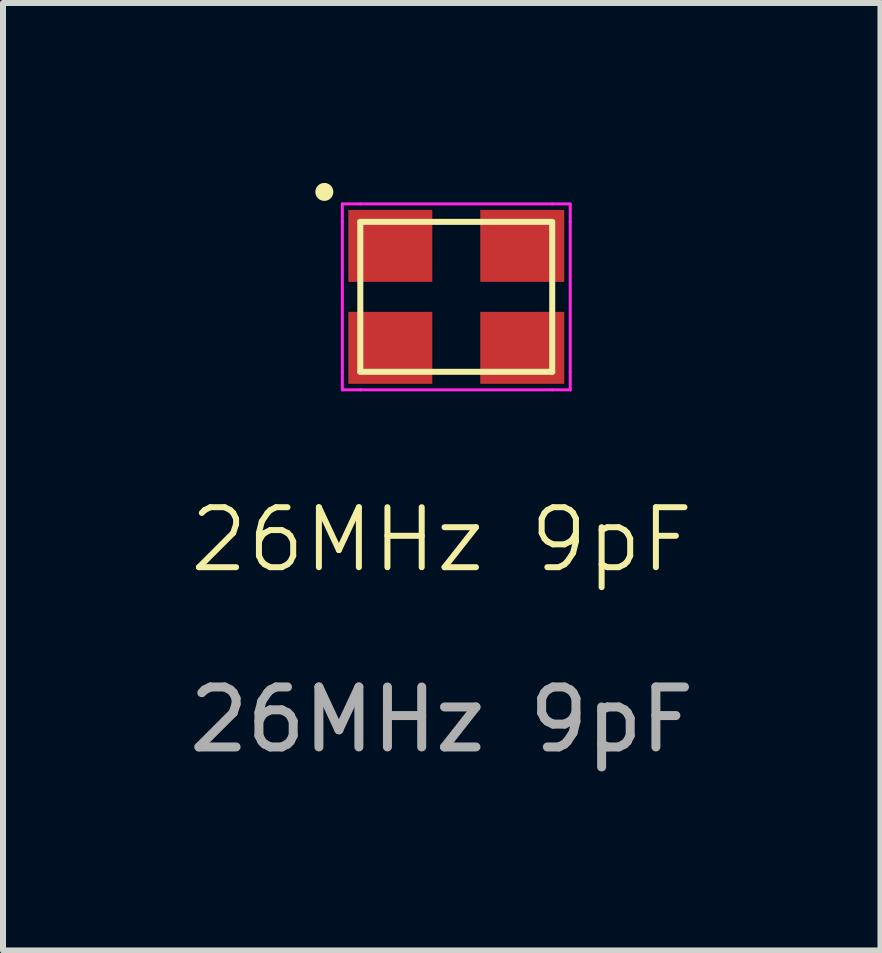
<source format=kicad_pcb>
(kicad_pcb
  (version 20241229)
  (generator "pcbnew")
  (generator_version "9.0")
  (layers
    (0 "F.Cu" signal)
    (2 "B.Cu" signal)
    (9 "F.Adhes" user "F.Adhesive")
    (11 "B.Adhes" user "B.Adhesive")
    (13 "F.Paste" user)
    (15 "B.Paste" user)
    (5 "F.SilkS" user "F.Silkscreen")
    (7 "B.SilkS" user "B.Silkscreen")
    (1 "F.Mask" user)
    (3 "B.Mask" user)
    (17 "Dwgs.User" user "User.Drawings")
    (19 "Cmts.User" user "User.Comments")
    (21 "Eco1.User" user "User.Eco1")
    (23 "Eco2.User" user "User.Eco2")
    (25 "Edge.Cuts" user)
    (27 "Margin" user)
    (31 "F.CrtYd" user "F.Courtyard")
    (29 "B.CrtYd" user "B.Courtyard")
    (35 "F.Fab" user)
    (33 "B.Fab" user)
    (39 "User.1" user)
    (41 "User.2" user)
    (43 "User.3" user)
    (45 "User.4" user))
  (footprint "26MHz 9pF"
    (layer "F.Cu")
    (at 4.158 1.05)
    (property "Reference" "26MHz 9pF" (at 0.157 4.9 0) (unlocked yes) (layer "F.SilkS") (effects (font (size 1 1) (thickness 0.1))))
    (attr smd)
    (fp_line (start -1.2 -0.4) (end 2 -0.4) (stroke (width 0.1) (type default)) (layer "F.SilkS"))
    (fp_line (start -1.2 2.1) (end -1.2 -0.4) (stroke (width 0.1) (type default)) (layer "F.SilkS"))
    (fp_line (start 2 2.1) (end -1.2 2.1) (stroke (width 0.1) (type default)) (layer "F.SilkS"))
    (fp_line (start 2 2.1) (end 2 -0.4) (stroke (width 0.1) (type default)) (layer "F.SilkS"))
    (fp_circle (center -1.8 -0.9) (end -1.7 -0.9) (stroke (width 0.1) (type solid)) (fill yes) (layer "F.SilkS"))
    (fp_line (start -1.5 -0.7) (end -1.2 -0.7) (stroke (width 0.05) (type default)) (layer "F.CrtYd"))
    (fp_line (start -1.5 -0.4) (end -1.5 -0.7) (stroke (width 0.05) (type default)) (layer "F.CrtYd"))
    (fp_line (start -1.5 -0.4) (end -1.5 2.1) (stroke (width 0.05) (type default)) (layer "F.CrtYd"))
    (fp_line (start -1.5 2.4) (end -1.5 2.1) (stroke (width 0.05) (type default)) (layer "F.CrtYd"))
    (fp_line (start -1.2 -0.7) (end 2 -0.7) (stroke (width 0.05) (type default)) (layer "F.CrtYd"))
    (fp_line (start -1.2 2.4) (end -1.5 2.4) (stroke (width 0.05) (type default)) (layer "F.CrtYd"))
    (fp_line (start -1.2 2.4) (end 2 2.4) (stroke (width 0.05) (type default)) (layer "F.CrtYd"))
    (fp_line (start 2 -0.7) (end 2.3 -0.7) (stroke (width 0.05) (type default)) (layer "F.CrtYd"))
    (fp_line (start 2.3 -0.7) (end 2.3 -0.4) (stroke (width 0.05) (type default)) (layer "F.CrtYd"))
    (fp_line (start 2.3 -0.4) (end 2.3 2.1) (stroke (width 0.05) (type default)) (layer "F.CrtYd"))
    (fp_line (start 2.3 2.1) (end 2.3 2.4) (stroke (width 0.05) (type default)) (layer "F.CrtYd"))
    (fp_line (start 2.3 2.4) (end 2 2.4) (stroke (width 0.05) (type default)) (layer "F.CrtYd"))
    (fp_text user "${REFERENCE}" (at 0.157 7.9 0) (unlocked yes) (layer "F.Fab") (effects (font (size 1 1) (thickness 0.15))))
    (pad "1" smd rect (at -0.7 0) (size 1.4 1.2) (layers "F.Cu" "F.Mask" "F.Paste"))
    (pad "2" smd rect (at 1.5 0) (size 1.4 1.2) (layers "F.Cu" "F.Mask" "F.Paste"))
    (pad "3" smd rect (at -0.7 1.7) (size 1.4 1.2) (layers "F.Cu" "F.Mask" "F.Paste"))
    (pad "4" smd rect (at 1.5 1.7) (size 1.4 1.2) (layers "F.Cu" "F.Mask" "F.Paste")))
  (gr_rect
    (start -3 -3)
    (end 11.631 12.798)
    (stroke (width 0.1) (type default))
    (fill no)
    (layer "Edge.Cuts")))
</source>
